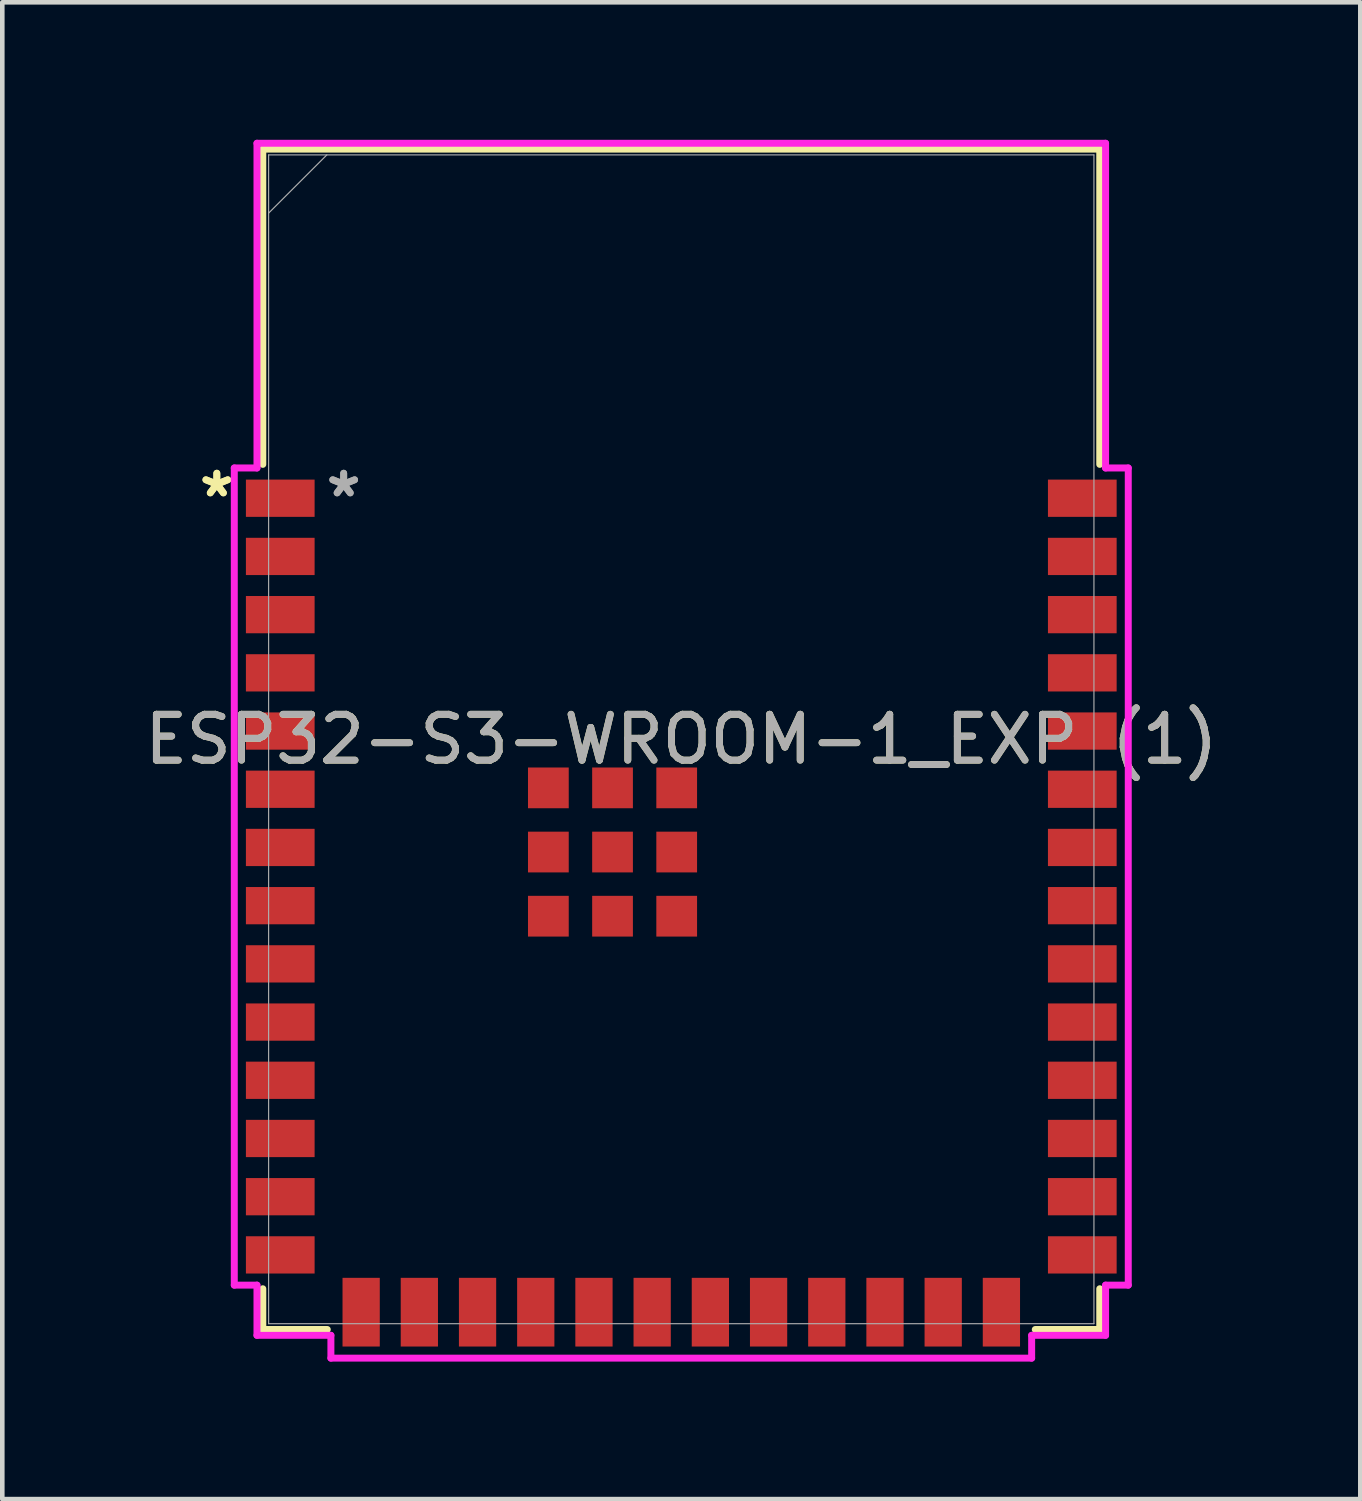
<source format=kicad_pcb>
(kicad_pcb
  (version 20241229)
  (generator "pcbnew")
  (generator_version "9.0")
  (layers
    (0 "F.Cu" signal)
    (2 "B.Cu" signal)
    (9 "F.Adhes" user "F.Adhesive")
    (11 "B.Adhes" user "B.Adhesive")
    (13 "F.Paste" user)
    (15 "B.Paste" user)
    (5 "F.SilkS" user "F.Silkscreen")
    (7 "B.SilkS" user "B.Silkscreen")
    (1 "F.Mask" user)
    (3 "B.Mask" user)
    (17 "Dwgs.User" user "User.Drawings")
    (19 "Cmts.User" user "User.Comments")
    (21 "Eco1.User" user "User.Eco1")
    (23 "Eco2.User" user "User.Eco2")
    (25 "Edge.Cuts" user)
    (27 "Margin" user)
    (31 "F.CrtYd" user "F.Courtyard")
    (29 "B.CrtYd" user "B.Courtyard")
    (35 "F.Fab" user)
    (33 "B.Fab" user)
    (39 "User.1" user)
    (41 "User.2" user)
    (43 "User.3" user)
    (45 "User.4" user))
  (footprint "ESP32-S3-WROOM-1_EXP (1)"
    (layer "F.Cu")
    (at 11.815 13.081)
    (property "Reference" "ESP32-S3-WROOM-1_EXP (1)" (at 0 0 0) (unlocked yes) (layer "F.SilkS") (effects (font (size 1 1) (thickness 0.15))))
    (attr smd)
    (fp_line (start -9.131 -12.878) (end -9.131 -5.999) (stroke (width 0.152) (type solid)) (layer "F.SilkS"))
    (fp_line (start -9.131 11.989) (end -9.131 12.878) (stroke (width 0.152) (type solid)) (layer "F.SilkS"))
    (fp_line (start -9.131 12.878) (end -7.724 12.878) (stroke (width 0.152) (type solid)) (layer "F.SilkS"))
    (fp_line (start 7.724 12.878) (end 9.131 12.878) (stroke (width 0.152) (type solid)) (layer "F.SilkS"))
    (fp_line (start 9.131 -12.878) (end -9.131 -12.878) (stroke (width 0.152) (type solid)) (layer "F.SilkS"))
    (fp_line (start 9.131 -5.999) (end 9.131 -12.878) (stroke (width 0.152) (type solid)) (layer "F.SilkS"))
    (fp_line (start 9.131 12.878) (end 9.131 11.989) (stroke (width 0.152) (type solid)) (layer "F.SilkS"))
    (fp_line (start -9.753 -5.92) (end -9.753 11.91) (stroke (width 0.152) (type solid)) (layer "F.CrtYd"))
    (fp_line (start -9.753 11.91) (end -9.258 11.91) (stroke (width 0.152) (type solid)) (layer "F.CrtYd"))
    (fp_line (start -9.258 -13.005) (end -9.258 -5.92) (stroke (width 0.152) (type solid)) (layer "F.CrtYd"))
    (fp_line (start -9.258 -5.92) (end -9.753 -5.92) (stroke (width 0.152) (type solid)) (layer "F.CrtYd"))
    (fp_line (start -9.258 11.91) (end -9.258 13.005) (stroke (width 0.152) (type solid)) (layer "F.CrtYd"))
    (fp_line (start -9.258 13.005) (end -7.645 13.005) (stroke (width 0.152) (type solid)) (layer "F.CrtYd"))
    (fp_line (start -7.645 13.005) (end -7.645 13.503) (stroke (width 0.152) (type solid)) (layer "F.CrtYd"))
    (fp_line (start -7.645 13.503) (end 7.645 13.503) (stroke (width 0.152) (type solid)) (layer "F.CrtYd"))
    (fp_line (start 7.645 13.005) (end 9.258 13.005) (stroke (width 0.152) (type solid)) (layer "F.CrtYd"))
    (fp_line (start 7.645 13.503) (end 7.645 13.005) (stroke (width 0.152) (type solid)) (layer "F.CrtYd"))
    (fp_line (start 9.258 -13.005) (end -9.258 -13.005) (stroke (width 0.152) (type solid)) (layer "F.CrtYd"))
    (fp_line (start 9.258 -5.92) (end 9.258 -13.005) (stroke (width 0.152) (type solid)) (layer "F.CrtYd"))
    (fp_line (start 9.258 11.91) (end 9.753 11.91) (stroke (width 0.152) (type solid)) (layer "F.CrtYd"))
    (fp_line (start 9.258 13.005) (end 9.258 11.91) (stroke (width 0.152) (type solid)) (layer "F.CrtYd"))
    (fp_line (start 9.753 -5.92) (end 9.258 -5.92) (stroke (width 0.152) (type solid)) (layer "F.CrtYd"))
    (fp_line (start 9.753 11.91) (end 9.753 -5.92) (stroke (width 0.152) (type solid)) (layer "F.CrtYd"))
    (fp_line (start -9.004 -12.751) (end -9.004 12.751) (stroke (width 0.025) (type solid)) (layer "F.Fab"))
    (fp_line (start -9.004 -11.481) (end -7.734 -12.751) (stroke (width 0.025) (type solid)) (layer "F.Fab"))
    (fp_line (start -9.004 12.751) (end 9.004 12.751) (stroke (width 0.025) (type solid)) (layer "F.Fab"))
    (fp_line (start 9.004 -12.751) (end -9.004 -12.751) (stroke (width 0.025) (type solid)) (layer "F.Fab"))
    (fp_line (start 9.004 12.751) (end 9.004 -12.751) (stroke (width 0.025) (type solid)) (layer "F.Fab"))
    (fp_text user "*" (at -10.134 -5.26 0) (layer "F.SilkS") (effects (font (size 1 1) (thickness 0.15))))
    (fp_text user "*" (at -10.134 -5.26 0) (unlocked yes) (layer "F.SilkS") (effects (font (size 1 1) (thickness 0.15))))
    (fp_text user "*" (at -7.366 -5.26 0) (unlocked yes) (layer "F.Fab") (effects (font (size 1 1) (thickness 0.15))))
    (fp_text user "*" (at -7.366 -5.26 0) (layer "F.Fab") (effects (font (size 1 1) (thickness 0.15))))
    (fp_text user "${REFERENCE}" (at 0 0 0) (unlocked yes) (layer "F.Fab") (effects (font (size 1 1) (thickness 0.15))))
    (pad "1" smd rect (at -8.75 -5.26) (size 1.499 0.813) (layers "F.Cu" "F.Mask" "F.Paste"))
    (pad "2" smd rect (at -8.75 -3.99) (size 1.499 0.813) (layers "F.Cu" "F.Mask" "F.Paste"))
    (pad "3" smd rect (at -8.75 -2.72) (size 1.499 0.813) (layers "F.Cu" "F.Mask" "F.Paste"))
    (pad "4" smd rect (at -8.75 -1.45) (size 1.499 0.813) (layers "F.Cu" "F.Mask" "F.Paste"))
    (pad "5" smd rect (at -8.75 -0.18) (size 1.499 0.813) (layers "F.Cu" "F.Mask" "F.Paste"))
    (pad "6" smd rect (at -8.75 1.09) (size 1.499 0.813) (layers "F.Cu" "F.Mask" "F.Paste"))
    (pad "7" smd rect (at -8.75 2.36) (size 1.499 0.813) (layers "F.Cu" "F.Mask" "F.Paste"))
    (pad "8" smd rect (at -8.75 3.63) (size 1.499 0.813) (layers "F.Cu" "F.Mask" "F.Paste"))
    (pad "9" smd rect (at -8.75 4.9) (size 1.499 0.813) (layers "F.Cu" "F.Mask" "F.Paste"))
    (pad "10" smd rect (at -8.75 6.17) (size 1.499 0.813) (layers "F.Cu" "F.Mask" "F.Paste"))
    (pad "11" smd rect (at -8.75 7.44) (size 1.499 0.813) (layers "F.Cu" "F.Mask" "F.Paste"))
    (pad "12" smd rect (at -8.75 8.71) (size 1.499 0.813) (layers "F.Cu" "F.Mask" "F.Paste"))
    (pad "13" smd rect (at -8.75 9.98) (size 1.499 0.813) (layers "F.Cu" "F.Mask" "F.Paste"))
    (pad "14" smd rect (at -8.75 11.25) (size 1.499 0.813) (layers "F.Cu" "F.Mask" "F.Paste"))
    (pad "15" smd rect (at -6.985 12.5 90) (size 1.499 0.813) (layers "F.Cu" "F.Mask" "F.Paste"))
    (pad "16" smd rect (at -5.715 12.5 90) (size 1.499 0.813) (layers "F.Cu" "F.Mask" "F.Paste"))
    (pad "17" smd rect (at -4.445 12.5 90) (size 1.499 0.813) (layers "F.Cu" "F.Mask" "F.Paste"))
    (pad "18" smd rect (at -3.175 12.5 90) (size 1.499 0.813) (layers "F.Cu" "F.Mask" "F.Paste"))
    (pad "19" smd rect (at -1.905 12.5 90) (size 1.499 0.813) (layers "F.Cu" "F.Mask" "F.Paste"))
    (pad "20" smd rect (at -0.635 12.5 90) (size 1.499 0.813) (layers "F.Cu" "F.Mask" "F.Paste"))
    (pad "21" smd rect (at 0.635 12.5 90) (size 1.499 0.813) (layers "F.Cu" "F.Mask" "F.Paste"))
    (pad "22" smd rect (at 1.905 12.5 90) (size 1.499 0.813) (layers "F.Cu" "F.Mask" "F.Paste"))
    (pad "23" smd rect (at 3.175 12.5 90) (size 1.499 0.813) (layers "F.Cu" "F.Mask" "F.Paste"))
    (pad "24" smd rect (at 4.445 12.5 90) (size 1.499 0.813) (layers "F.Cu" "F.Mask" "F.Paste"))
    (pad "25" smd rect (at 5.715 12.5 90) (size 1.499 0.813) (layers "F.Cu" "F.Mask" "F.Paste"))
    (pad "26" smd rect (at 6.985 12.5 90) (size 1.499 0.813) (layers "F.Cu" "F.Mask" "F.Paste"))
    (pad "27" smd rect (at 8.75 11.25) (size 1.499 0.813) (layers "F.Cu" "F.Mask" "F.Paste"))
    (pad "28" smd rect (at 8.75 9.98) (size 1.499 0.813) (layers "F.Cu" "F.Mask" "F.Paste"))
    (pad "29" smd rect (at 8.75 8.71) (size 1.499 0.813) (layers "F.Cu" "F.Mask" "F.Paste"))
    (pad "30" smd rect (at 8.75 7.44) (size 1.499 0.813) (layers "F.Cu" "F.Mask" "F.Paste"))
    (pad "31" smd rect (at 8.75 6.17) (size 1.499 0.813) (layers "F.Cu" "F.Mask" "F.Paste"))
    (pad "32" smd rect (at 8.75 4.9) (size 1.499 0.813) (layers "F.Cu" "F.Mask" "F.Paste"))
    (pad "33" smd rect (at 8.75 3.63) (size 1.499 0.813) (layers "F.Cu" "F.Mask" "F.Paste"))
    (pad "34" smd rect (at 8.75 2.36) (size 1.499 0.813) (layers "F.Cu" "F.Mask" "F.Paste"))
    (pad "35" smd rect (at 8.75 1.09) (size 1.499 0.813) (layers "F.Cu" "F.Mask" "F.Paste"))
    (pad "36" smd rect (at 8.75 -0.18) (size 1.499 0.813) (layers "F.Cu" "F.Mask" "F.Paste"))
    (pad "37" smd rect (at 8.75 -1.45) (size 1.499 0.813) (layers "F.Cu" "F.Mask" "F.Paste"))
    (pad "38" smd rect (at 8.75 -2.72) (size 1.499 0.813) (layers "F.Cu" "F.Mask" "F.Paste"))
    (pad "39" smd rect (at 8.75 -3.99) (size 1.499 0.813) (layers "F.Cu" "F.Mask" "F.Paste"))
    (pad "40" smd rect (at 8.75 -5.26) (size 1.499 0.813) (layers "F.Cu" "F.Mask" "F.Paste"))
    (pad "41" smd rect (at -1.5 2.46) (size 0.889 0.889) (layers "F.Cu" "F.Mask" "F.Paste"))
    (pad "42" smd rect (at -2.9 1.06) (size 0.889 0.889) (layers "F.Cu" "F.Mask" "F.Paste"))
    (pad "43" smd rect (at -2.9 2.46) (size 0.889 0.889) (layers "F.Cu" "F.Mask" "F.Paste"))
    (pad "44" smd rect (at -2.9 3.86) (size 0.889 0.889) (layers "F.Cu" "F.Mask" "F.Paste"))
    (pad "45" smd rect (at -1.5 3.86) (size 0.889 0.889) (layers "F.Cu" "F.Mask" "F.Paste"))
    (pad "46" smd rect (at -0.1 3.86) (size 0.889 0.889) (layers "F.Cu" "F.Mask" "F.Paste"))
    (pad "47" smd rect (at -0.1 2.46) (size 0.889 0.889) (layers "F.Cu" "F.Mask" "F.Paste"))
    (pad "48" smd rect (at -0.1 1.06) (size 0.889 0.889) (layers "F.Cu" "F.Mask" "F.Paste"))
    (pad "49" smd rect (at -1.5 1.06) (size 0.889 0.889) (layers "F.Cu" "F.Mask" "F.Paste"))
    (zone (net_name "") (layer "F.Cu") (hatch full 0.508) (connect_pads) (min_thickness 0.254) (filled_areas_thickness no) (keepout (tracks not_allowed) (vias not_allowed) (pads allowed) (copperpour not_allowed) (footprints allowed)) (placement (enabled no)) (fill) (polygon (pts (xy 2.811 0.33) (xy 2.811 6.325) (xy 20.82 6.325) (xy 20.82 0.33)))))
  (gr_rect
    (start -3 -3)
    (end 26.631 29.66)
    (stroke (width 0.1) (type default))
    (fill no)
    (layer "Edge.Cuts")))
</source>
